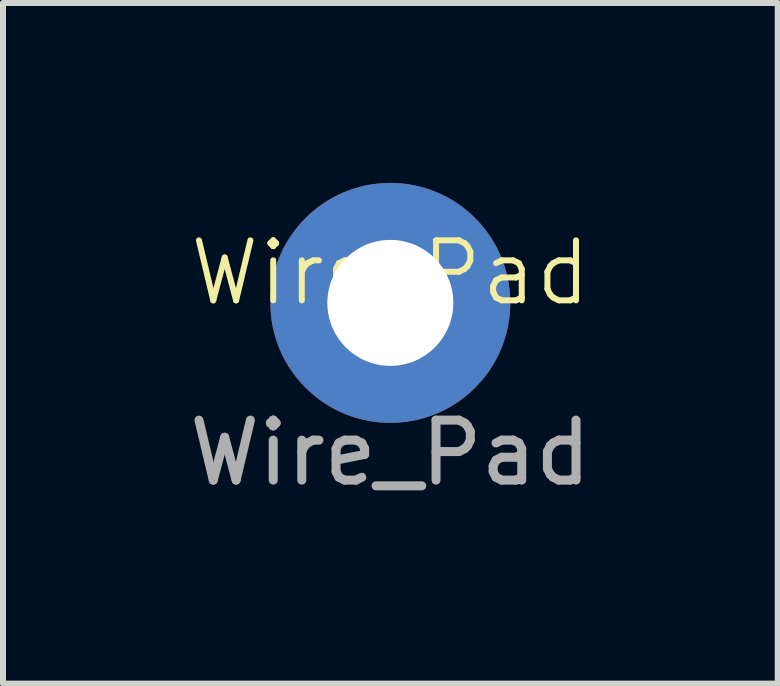
<source format=kicad_pcb>
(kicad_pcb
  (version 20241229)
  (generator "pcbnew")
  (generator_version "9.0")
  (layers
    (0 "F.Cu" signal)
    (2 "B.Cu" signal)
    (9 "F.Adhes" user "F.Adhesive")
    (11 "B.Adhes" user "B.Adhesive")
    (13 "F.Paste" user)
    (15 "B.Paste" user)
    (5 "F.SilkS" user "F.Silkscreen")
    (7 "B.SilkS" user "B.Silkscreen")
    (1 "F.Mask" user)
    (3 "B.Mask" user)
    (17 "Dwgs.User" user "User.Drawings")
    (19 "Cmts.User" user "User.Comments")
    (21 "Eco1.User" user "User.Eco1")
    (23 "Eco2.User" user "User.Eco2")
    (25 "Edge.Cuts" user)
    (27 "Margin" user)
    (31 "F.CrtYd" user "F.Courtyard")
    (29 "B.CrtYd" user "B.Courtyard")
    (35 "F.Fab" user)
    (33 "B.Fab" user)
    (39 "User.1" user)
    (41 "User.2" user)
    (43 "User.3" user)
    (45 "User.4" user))
  (footprint "Wire_Pad"
    (layer "F.Cu")
    (at 3.458 2)
    (property "Reference" "Wire_Pad" (at 0 -0.5 0) (unlocked yes) (layer "F.SilkS") (effects (font (size 1 1) (thickness 0.1))))
    (attr through_hole)
    (fp_text user "${REFERENCE}" (at 0 2.5 0) (unlocked yes) (layer "F.Fab") (effects (font (size 1 1) (thickness 0.15))))
    (pad "1" thru_hole circle (at 0 0) (size 4 4) (drill 2.1) (layers "*.Cu" "*.Mask")))
  (gr_rect
    (start -3 -3)
    (end 9.917 8.348)
    (stroke (width 0.1) (type default))
    (fill no)
    (layer "Edge.Cuts")))
</source>
